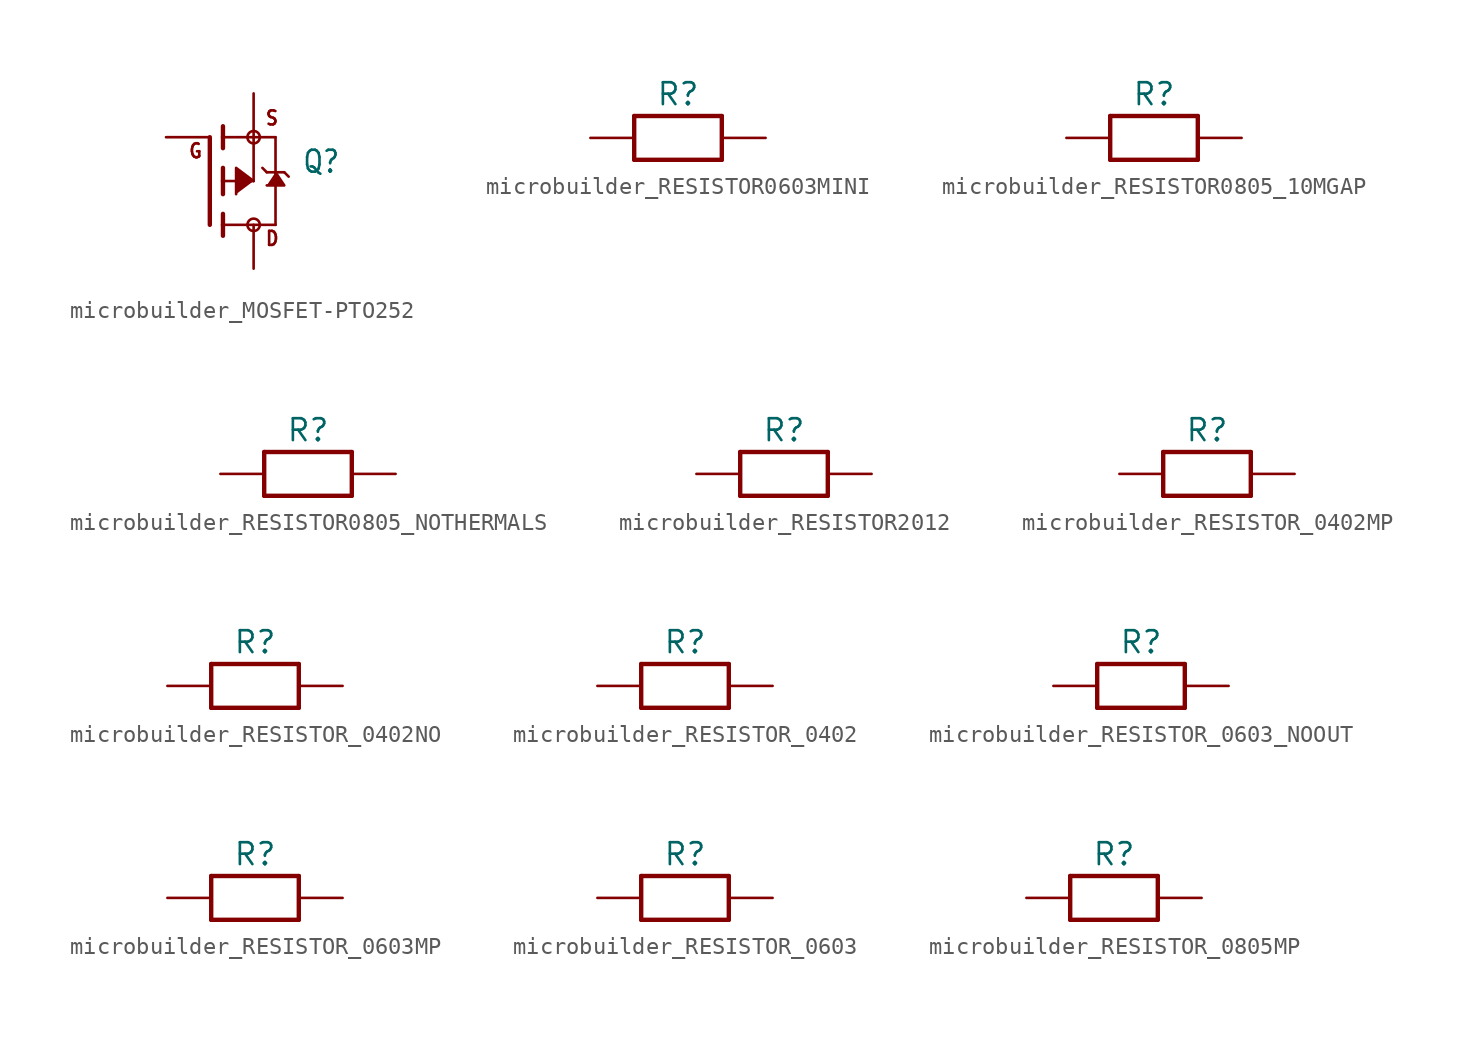
<source format=kicad_sym>
(kicad_symbol_lib
  (version 20231120)
  (generator "kicad_symbol_editor")
  (generator_version "8.0")
  (symbol "microbuilder_MOSFET-PTO252"
    (property "Reference" "Q"
      (at 2.794 0.381 0)
      (effects (font (size 1.27 1.079)) (justify left bottom)))
    (property "Value" ""
      (at 2.794 -1.905 0)
      (effects (font (size 1.27 1.079)) (justify left bottom)))
    (property "ki_locked" ""
      (at 0 0 0)
      (effects (font (size 1.27 1.27))))
    (symbol "microbuilder_MOSFET-PTO252_1_0"
      (circle (center 0 -2.54) (radius 0.359) (stroke (width 0) (type solid)) (fill (type none)))
      (polyline (pts (xy -2.54 -2.54) (xy -2.54 2.54)) (stroke (width 0.254) (type solid)) (fill (type none)))
      (polyline (pts (xy -1.778 -3.175) (xy -1.778 -2.54)) (stroke (width 0.254) (type solid)) (fill (type none)))
      (polyline (pts (xy -1.778 -2.54) (xy -1.778 -1.905)) (stroke (width 0.254) (type solid)) (fill (type none)))
      (polyline (pts (xy -1.778 -2.54) (xy 1.27 -2.54)) (stroke (width 0.152) (type solid)) (fill (type none)))
      (polyline (pts (xy -1.778 -0.762) (xy -1.778 0)) (stroke (width 0.254) (type solid)) (fill (type none)))
      (polyline (pts (xy -1.778 0) (xy -1.778 0.762)) (stroke (width 0.254) (type solid)) (fill (type none)))
      (polyline (pts (xy -1.778 0) (xy 0 0)) (stroke (width 0.152) (type solid)) (fill (type none)))
      (polyline (pts (xy -1.778 1.905) (xy -1.778 2.54)) (stroke (width 0.254) (type solid)) (fill (type none)))
      (polyline (pts (xy -1.778 2.54) (xy -1.778 3.175)) (stroke (width 0.254) (type solid)) (fill (type none)))
      (polyline (pts (xy 0 0) (xy 0 2.54)) (stroke (width 0.152) (type solid)) (fill (type none)))
      (polyline (pts (xy 0 2.54) (xy -1.778 2.54)) (stroke (width 0.152) (type solid)) (fill (type none)))
      (polyline (pts (xy 0 2.54) (xy 1.27 2.54)) (stroke (width 0.152) (type solid)) (fill (type none)))
      (polyline (pts (xy 0.508 0.762) (xy 0.762 0.508)) (stroke (width 0.152) (type solid)) (fill (type none)))
      (polyline (pts (xy 0.762 0.508) (xy 1.27 0.508)) (stroke (width 0.152) (type solid)) (fill (type none)))
      (polyline (pts (xy 1.27 -2.54) (xy 1.27 0.508)) (stroke (width 0.152) (type solid)) (fill (type none)))
      (polyline (pts (xy 1.27 0.508) (xy 1.27 2.54)) (stroke (width 0.152) (type solid)) (fill (type none)))
      (polyline (pts (xy 1.27 0.508) (xy 1.778 0.508)) (stroke (width 0.152) (type solid)) (fill (type none)))
      (polyline (pts (xy 1.778 0.508) (xy 2.032 0.254)) (stroke (width 0.152) (type solid)) (fill (type none)))
      (polyline (pts (xy 0 0) (xy -1.016 0.762) (xy -1.016 -0.762)) (stroke (width 0.152) (type solid)) (fill (type outline)))
      (polyline (pts (xy 1.27 0.508) (xy 1.778 -0.254) (xy 0.762 -0.254)) (stroke (width 0.152) (type solid)) (fill (type outline)))
      (circle (center 0 2.54) (radius 0.359) (stroke (width 0) (type solid)) (fill (type none)))
      (text "D" (at 0.635 -3.81 0) (effects (font (size 0.813 0.691)) (justify left bottom)))
      (text "G" (at -3.81 1.27 0) (effects (font (size 0.813 0.691)) (justify left bottom)))
      (text "S" (at 0.635 3.175 0) (effects (font (size 0.813 0.691)) (justify left bottom)))
      (pin passive line (at -5.08 2.54 0) (length 2.54) (name "G" (effects (font (size 0 0)))) (number "1" (effects (font (size 0 0)))))
      (pin passive line (at 0 5.08 270) (length 2.54) (name "S" (effects (font (size 0 0)))) (number "2" (effects (font (size 0 0)))))
      (pin passive line (at 0 -5.08 90) (length 2.54) (name "D" (effects (font (size 0 0)))) (number "3" (effects (font (size 0 0)))))))
  (symbol "microbuilder_RESISTOR0603MINI"
    (property "Reference" "R"
      (at 0 2.54 0)
      (effects (font (size 1.27 1.27))))
    (property "Value" ""
      (at 0 0 0)
      (effects (font (size 1.016 1.016) (bold yes))))
    (property "ki_locked" ""
      (at 0 0 0)
      (effects (font (size 1.27 1.27))))
    (symbol "microbuilder_RESISTOR0603MINI_1_0"
      (polyline (pts (xy -2.54 -1.27) (xy -2.54 1.27)) (stroke (width 0.254) (type solid)) (fill (type none)))
      (polyline (pts (xy -2.54 1.27) (xy 2.54 1.27)) (stroke (width 0.254) (type solid)) (fill (type none)))
      (polyline (pts (xy 2.54 -1.27) (xy -2.54 -1.27)) (stroke (width 0.254) (type solid)) (fill (type none)))
      (polyline (pts (xy 2.54 1.27) (xy 2.54 -1.27)) (stroke (width 0.254) (type solid)) (fill (type none)))
      (pin passive line (at -5.08 0 0) (length 2.54) (name "1" (effects (font (size 0 0)))) (number "1" (effects (font (size 0 0)))))
      (pin passive line (at 5.08 0 180) (length 2.54) (name "2" (effects (font (size 0 0)))) (number "2" (effects (font (size 0 0)))))))
  (symbol "microbuilder_RESISTOR0805_10MGAP"
    (property "Reference" "R"
      (at 0 2.54 0)
      (effects (font (size 1.27 1.27))))
    (property "Value" ""
      (at 0 0 0)
      (effects (font (size 1.016 1.016) (bold yes))))
    (property "ki_locked" ""
      (at 0 0 0)
      (effects (font (size 1.27 1.27))))
    (symbol "microbuilder_RESISTOR0805_10MGAP_1_0"
      (polyline (pts (xy -2.54 -1.27) (xy -2.54 1.27)) (stroke (width 0.254) (type solid)) (fill (type none)))
      (polyline (pts (xy -2.54 1.27) (xy 2.54 1.27)) (stroke (width 0.254) (type solid)) (fill (type none)))
      (polyline (pts (xy 2.54 -1.27) (xy -2.54 -1.27)) (stroke (width 0.254) (type solid)) (fill (type none)))
      (polyline (pts (xy 2.54 1.27) (xy 2.54 -1.27)) (stroke (width 0.254) (type solid)) (fill (type none)))
      (pin passive line (at -5.08 0 0) (length 2.54) (name "1" (effects (font (size 0 0)))) (number "1" (effects (font (size 0 0)))))
      (pin passive line (at 5.08 0 180) (length 2.54) (name "2" (effects (font (size 0 0)))) (number "2" (effects (font (size 0 0)))))))
  (symbol "microbuilder_RESISTOR0805_NOTHERMALS"
    (property "Reference" "R"
      (at 0 2.54 0)
      (effects (font (size 1.27 1.27))))
    (property "Value" ""
      (at 0 0 0)
      (effects (font (size 1.016 1.016) (bold yes))))
    (property "ki_locked" ""
      (at 0 0 0)
      (effects (font (size 1.27 1.27))))
    (symbol "microbuilder_RESISTOR0805_NOTHERMALS_1_0"
      (polyline (pts (xy -2.54 -1.27) (xy -2.54 1.27)) (stroke (width 0.254) (type solid)) (fill (type none)))
      (polyline (pts (xy -2.54 1.27) (xy 2.54 1.27)) (stroke (width 0.254) (type solid)) (fill (type none)))
      (polyline (pts (xy 2.54 -1.27) (xy -2.54 -1.27)) (stroke (width 0.254) (type solid)) (fill (type none)))
      (polyline (pts (xy 2.54 1.27) (xy 2.54 -1.27)) (stroke (width 0.254) (type solid)) (fill (type none)))
      (pin passive line (at -5.08 0 0) (length 2.54) (name "1" (effects (font (size 0 0)))) (number "1" (effects (font (size 0 0)))))
      (pin passive line (at 5.08 0 180) (length 2.54) (name "2" (effects (font (size 0 0)))) (number "2" (effects (font (size 0 0)))))))
  (symbol "microbuilder_RESISTOR2012"
    (property "Reference" "R"
      (at 0 2.54 0)
      (effects (font (size 1.27 1.27))))
    (property "Value" ""
      (at 0 0 0)
      (effects (font (size 1.016 1.016) (bold yes))))
    (property "ki_locked" ""
      (at 0 0 0)
      (effects (font (size 1.27 1.27))))
    (symbol "microbuilder_RESISTOR2012_1_0"
      (polyline (pts (xy -2.54 -1.27) (xy -2.54 1.27)) (stroke (width 0.254) (type solid)) (fill (type none)))
      (polyline (pts (xy -2.54 1.27) (xy 2.54 1.27)) (stroke (width 0.254) (type solid)) (fill (type none)))
      (polyline (pts (xy 2.54 -1.27) (xy -2.54 -1.27)) (stroke (width 0.254) (type solid)) (fill (type none)))
      (polyline (pts (xy 2.54 1.27) (xy 2.54 -1.27)) (stroke (width 0.254) (type solid)) (fill (type none)))
      (pin passive line (at -5.08 0 0) (length 2.54) (name "1" (effects (font (size 0 0)))) (number "1" (effects (font (size 0 0)))))
      (pin passive line (at 5.08 0 180) (length 2.54) (name "2" (effects (font (size 0 0)))) (number "2" (effects (font (size 0 0)))))))
  (symbol "microbuilder_RESISTOR_0402MP"
    (property "Reference" "R"
      (at 0 2.54 0)
      (effects (font (size 1.27 1.27))))
    (property "Value" ""
      (at 0 0 0)
      (effects (font (size 1.016 1.016) (bold yes))))
    (property "ki_locked" ""
      (at 0 0 0)
      (effects (font (size 1.27 1.27))))
    (symbol "microbuilder_RESISTOR_0402MP_1_0"
      (polyline (pts (xy -2.54 -1.27) (xy -2.54 1.27)) (stroke (width 0.254) (type solid)) (fill (type none)))
      (polyline (pts (xy -2.54 1.27) (xy 2.54 1.27)) (stroke (width 0.254) (type solid)) (fill (type none)))
      (polyline (pts (xy 2.54 -1.27) (xy -2.54 -1.27)) (stroke (width 0.254) (type solid)) (fill (type none)))
      (polyline (pts (xy 2.54 1.27) (xy 2.54 -1.27)) (stroke (width 0.254) (type solid)) (fill (type none)))
      (pin passive line (at -5.08 0 0) (length 2.54) (name "1" (effects (font (size 0 0)))) (number "1" (effects (font (size 0 0)))))
      (pin passive line (at 5.08 0 180) (length 2.54) (name "2" (effects (font (size 0 0)))) (number "2" (effects (font (size 0 0)))))))
  (symbol "microbuilder_RESISTOR_0402NO"
    (property "Reference" "R"
      (at 0 2.54 0)
      (effects (font (size 1.27 1.27))))
    (property "Value" ""
      (at 0 0 0)
      (effects (font (size 1.016 1.016) (bold yes))))
    (property "ki_locked" ""
      (at 0 0 0)
      (effects (font (size 1.27 1.27))))
    (symbol "microbuilder_RESISTOR_0402NO_1_0"
      (polyline (pts (xy -2.54 -1.27) (xy -2.54 1.27)) (stroke (width 0.254) (type solid)) (fill (type none)))
      (polyline (pts (xy -2.54 1.27) (xy 2.54 1.27)) (stroke (width 0.254) (type solid)) (fill (type none)))
      (polyline (pts (xy 2.54 -1.27) (xy -2.54 -1.27)) (stroke (width 0.254) (type solid)) (fill (type none)))
      (polyline (pts (xy 2.54 1.27) (xy 2.54 -1.27)) (stroke (width 0.254) (type solid)) (fill (type none)))
      (pin passive line (at -5.08 0 0) (length 2.54) (name "1" (effects (font (size 0 0)))) (number "1" (effects (font (size 0 0)))))
      (pin passive line (at 5.08 0 180) (length 2.54) (name "2" (effects (font (size 0 0)))) (number "2" (effects (font (size 0 0)))))))
  (symbol "microbuilder_RESISTOR_0402"
    (property "Reference" "R"
      (at 0 2.54 0)
      (effects (font (size 1.27 1.27))))
    (property "Value" ""
      (at 0 0 0)
      (effects (font (size 1.016 1.016) (bold yes))))
    (property "ki_locked" ""
      (at 0 0 0)
      (effects (font (size 1.27 1.27))))
    (symbol "microbuilder_RESISTOR_0402_1_0"
      (polyline (pts (xy -2.54 -1.27) (xy -2.54 1.27)) (stroke (width 0.254) (type solid)) (fill (type none)))
      (polyline (pts (xy -2.54 1.27) (xy 2.54 1.27)) (stroke (width 0.254) (type solid)) (fill (type none)))
      (polyline (pts (xy 2.54 -1.27) (xy -2.54 -1.27)) (stroke (width 0.254) (type solid)) (fill (type none)))
      (polyline (pts (xy 2.54 1.27) (xy 2.54 -1.27)) (stroke (width 0.254) (type solid)) (fill (type none)))
      (pin passive line (at -5.08 0 0) (length 2.54) (name "1" (effects (font (size 0 0)))) (number "1" (effects (font (size 0 0)))))
      (pin passive line (at 5.08 0 180) (length 2.54) (name "2" (effects (font (size 0 0)))) (number "2" (effects (font (size 0 0)))))))
  (symbol "microbuilder_RESISTOR_0603_NOOUT"
    (property "Reference" "R"
      (at 0 2.54 0)
      (effects (font (size 1.27 1.27))))
    (property "Value" ""
      (at 0 0 0)
      (effects (font (size 1.016 1.016) (bold yes))))
    (property "ki_locked" ""
      (at 0 0 0)
      (effects (font (size 1.27 1.27))))
    (symbol "microbuilder_RESISTOR_0603_NOOUT_1_0"
      (polyline (pts (xy -2.54 -1.27) (xy -2.54 1.27)) (stroke (width 0.254) (type solid)) (fill (type none)))
      (polyline (pts (xy -2.54 1.27) (xy 2.54 1.27)) (stroke (width 0.254) (type solid)) (fill (type none)))
      (polyline (pts (xy 2.54 -1.27) (xy -2.54 -1.27)) (stroke (width 0.254) (type solid)) (fill (type none)))
      (polyline (pts (xy 2.54 1.27) (xy 2.54 -1.27)) (stroke (width 0.254) (type solid)) (fill (type none)))
      (pin passive line (at -5.08 0 0) (length 2.54) (name "1" (effects (font (size 0 0)))) (number "1" (effects (font (size 0 0)))))
      (pin passive line (at 5.08 0 180) (length 2.54) (name "2" (effects (font (size 0 0)))) (number "2" (effects (font (size 0 0)))))))
  (symbol "microbuilder_RESISTOR_0603MP"
    (property "Reference" "R"
      (at 0 2.54 0)
      (effects (font (size 1.27 1.27))))
    (property "Value" ""
      (at 0 0 0)
      (effects (font (size 1.016 1.016) (bold yes))))
    (property "ki_locked" ""
      (at 0 0 0)
      (effects (font (size 1.27 1.27))))
    (symbol "microbuilder_RESISTOR_0603MP_1_0"
      (polyline (pts (xy -2.54 -1.27) (xy -2.54 1.27)) (stroke (width 0.254) (type solid)) (fill (type none)))
      (polyline (pts (xy -2.54 1.27) (xy 2.54 1.27)) (stroke (width 0.254) (type solid)) (fill (type none)))
      (polyline (pts (xy 2.54 -1.27) (xy -2.54 -1.27)) (stroke (width 0.254) (type solid)) (fill (type none)))
      (polyline (pts (xy 2.54 1.27) (xy 2.54 -1.27)) (stroke (width 0.254) (type solid)) (fill (type none)))
      (pin passive line (at -5.08 0 0) (length 2.54) (name "1" (effects (font (size 0 0)))) (number "1" (effects (font (size 0 0)))))
      (pin passive line (at 5.08 0 180) (length 2.54) (name "2" (effects (font (size 0 0)))) (number "2" (effects (font (size 0 0)))))))
  (symbol "microbuilder_RESISTOR_0603"
    (property "Reference" "R"
      (at 0 2.54 0)
      (effects (font (size 1.27 1.27))))
    (property "Value" ""
      (at 0 0 0)
      (effects (font (size 1.016 1.016) (bold yes))))
    (property "ki_locked" ""
      (at 0 0 0)
      (effects (font (size 1.27 1.27))))
    (symbol "microbuilder_RESISTOR_0603_1_0"
      (polyline (pts (xy -2.54 -1.27) (xy -2.54 1.27)) (stroke (width 0.254) (type solid)) (fill (type none)))
      (polyline (pts (xy -2.54 1.27) (xy 2.54 1.27)) (stroke (width 0.254) (type solid)) (fill (type none)))
      (polyline (pts (xy 2.54 -1.27) (xy -2.54 -1.27)) (stroke (width 0.254) (type solid)) (fill (type none)))
      (polyline (pts (xy 2.54 1.27) (xy 2.54 -1.27)) (stroke (width 0.254) (type solid)) (fill (type none)))
      (pin passive line (at -5.08 0 0) (length 2.54) (name "1" (effects (font (size 0 0)))) (number "1" (effects (font (size 0 0)))))
      (pin passive line (at 5.08 0 180) (length 2.54) (name "2" (effects (font (size 0 0)))) (number "2" (effects (font (size 0 0)))))))
  (symbol "microbuilder_RESISTOR_0805MP"
    (property "Reference" "R"
      (at 0 2.54 0)
      (effects (font (size 1.27 1.27))))
    (property "Value" ""
      (at 0 0 0)
      (effects (font (size 1.016 1.016) (bold yes))))
    (property "ki_locked" ""
      (at 0 0 0)
      (effects (font (size 1.27 1.27))))
    (symbol "microbuilder_RESISTOR_0805MP_1_0"
      (polyline (pts (xy -2.54 -1.27) (xy -2.54 1.27)) (stroke (width 0.254) (type solid)) (fill (type none)))
      (polyline (pts (xy -2.54 1.27) (xy 2.54 1.27)) (stroke (width 0.254) (type solid)) (fill (type none)))
      (polyline (pts (xy 2.54 -1.27) (xy -2.54 -1.27)) (stroke (width 0.254) (type solid)) (fill (type none)))
      (polyline (pts (xy 2.54 1.27) (xy 2.54 -1.27)) (stroke (width 0.254) (type solid)) (fill (type none)))
      (pin passive line (at -5.08 0 0) (length 2.54) (name "1" (effects (font (size 0 0)))) (number "1" (effects (font (size 0 0)))))
      (pin passive line (at 5.08 0 180) (length 2.54) (name "2" (effects (font (size 0 0)))) (number "2" (effects (font (size 0 0))))))))
</source>
